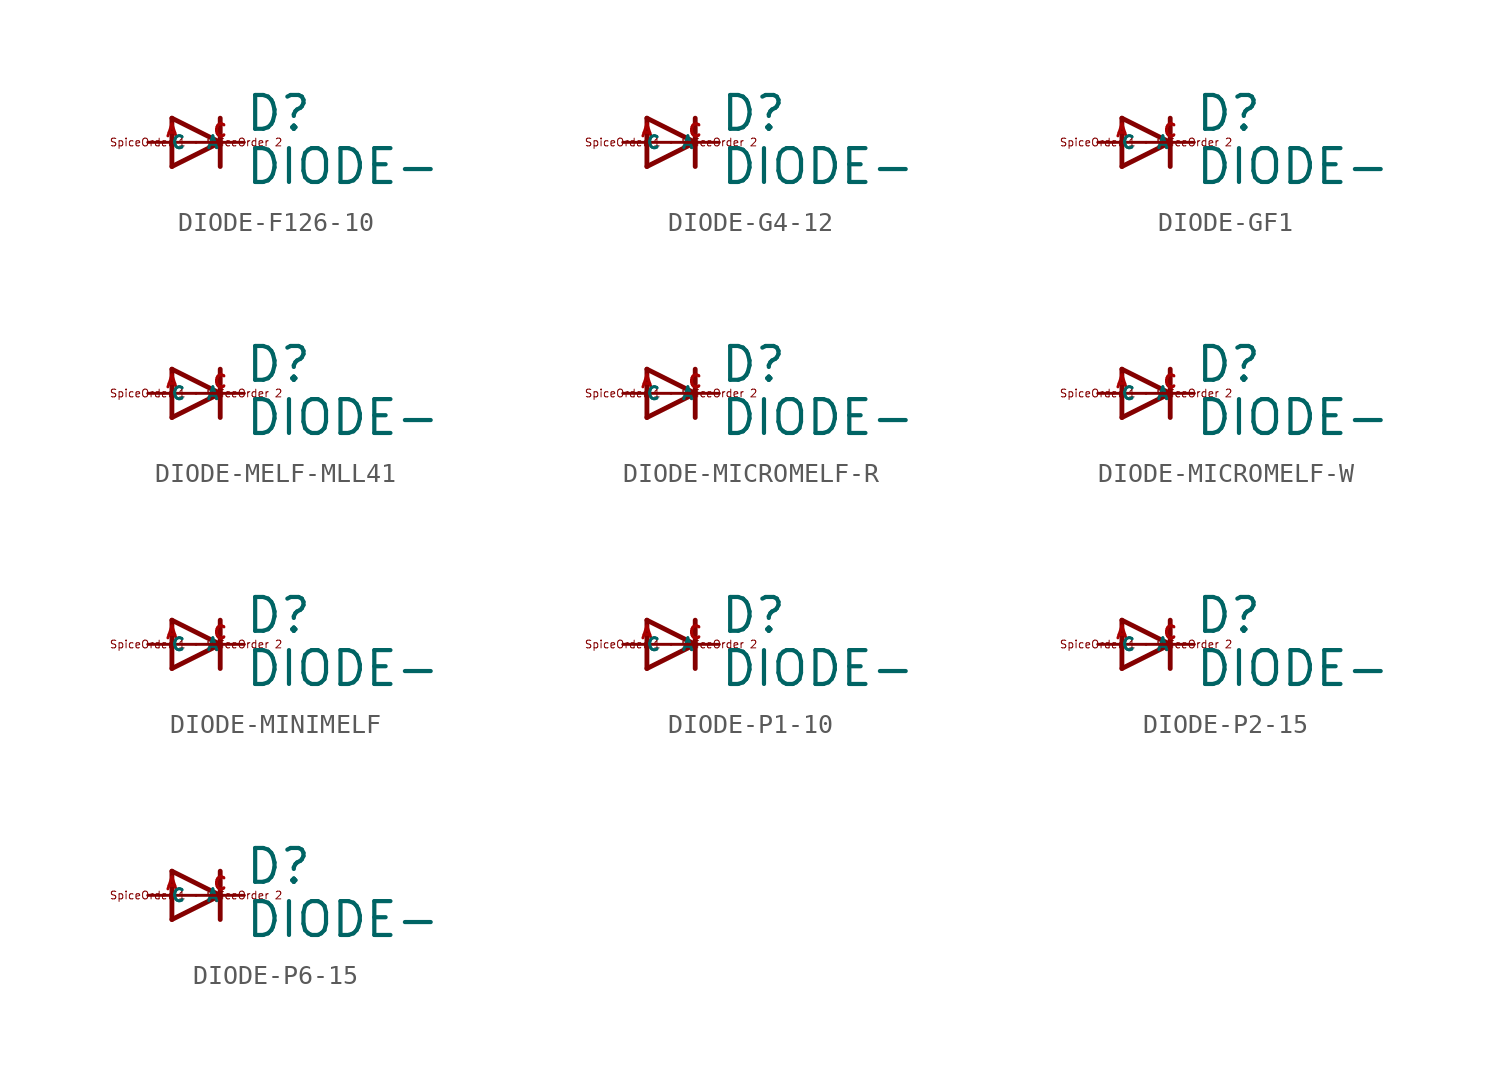
<source format=kicad_sym>
(kicad_symbol_lib
  (version 20220914)
  (generator Eagle2Kicad)
  (symbol "DIODE-F126-10"
    (property "Reference" "D"
      (at 2.54 0.483 0)
      (effects (font (size 1.778 1.778) (thickness 0.22)) (justify left bottom)))
    (property "Value" "DIODE-"
      (at 2.54 -2.311 0)
      (effects (font (size 1.778 1.778) (thickness 0.22)) (justify left bottom)))
    (polyline
      (pts (xy -1.27 -1.27) (xy 1.27 0))
      (stroke (width 0.254) (type default))
      (fill (type none)))
    (polyline
      (pts (xy 1.27 0) (xy -1.27 1.27))
      (stroke (width 0.254) (type default))
      (fill (type none)))
    (polyline
      (pts (xy 1.27 1.27) (xy 1.27 0))
      (stroke (width 0.254) (type default))
      (fill (type none)))
    (polyline
      (pts (xy -1.27 1.27) (xy -1.27 -1.27))
      (stroke (width 0.254) (type default))
      (fill (type none)))
    (polyline
      (pts (xy 1.27 0) (xy 1.27 -1.27))
      (stroke (width 0.254) (type default))
      (fill (type none)))
    (text "SpiceOrder 1"
      (at -2.54 0 0)
      (effects (font (size 0.406 0.406) (thickness 0.05))))
    (text "SpiceOrder 2"
      (at 2.54 0 0)
      (effects (font (size 0.406 0.406) (thickness 0.05))))
    (pin passive line
      (at -2.54 0 0)
      (length 2.54)
      (name "A" (effects (font (size 0.635 0.635) (thickness 0.08)) (justify left bottom)))
      (number "A" (effects (font (size 0.635 0.635) (thickness 0.08)) (justify left bottom))))
    (pin passive line
      (at 2.54 0 180)
      (length 2.54)
      (name "C" (effects (font (size 0.635 0.635) (thickness 0.08)) (justify left bottom)))
      (number "C" (effects (font (size 0.635 0.635) (thickness 0.08)) (justify left bottom)))))
  (symbol "DIODE-G4-12"
    (property "Reference" "D"
      (at 2.54 0.483 0)
      (effects (font (size 1.778 1.778) (thickness 0.22)) (justify left bottom)))
    (property "Value" "DIODE-"
      (at 2.54 -2.311 0)
      (effects (font (size 1.778 1.778) (thickness 0.22)) (justify left bottom)))
    (polyline
      (pts (xy -1.27 -1.27) (xy 1.27 0))
      (stroke (width 0.254) (type default))
      (fill (type none)))
    (polyline
      (pts (xy 1.27 0) (xy -1.27 1.27))
      (stroke (width 0.254) (type default))
      (fill (type none)))
    (polyline
      (pts (xy 1.27 1.27) (xy 1.27 0))
      (stroke (width 0.254) (type default))
      (fill (type none)))
    (polyline
      (pts (xy -1.27 1.27) (xy -1.27 -1.27))
      (stroke (width 0.254) (type default))
      (fill (type none)))
    (polyline
      (pts (xy 1.27 0) (xy 1.27 -1.27))
      (stroke (width 0.254) (type default))
      (fill (type none)))
    (text "SpiceOrder 1"
      (at -2.54 0 0)
      (effects (font (size 0.406 0.406) (thickness 0.05))))
    (text "SpiceOrder 2"
      (at 2.54 0 0)
      (effects (font (size 0.406 0.406) (thickness 0.05))))
    (pin passive line
      (at -2.54 0 0)
      (length 2.54)
      (name "A" (effects (font (size 0.635 0.635) (thickness 0.08)) (justify left bottom)))
      (number "A" (effects (font (size 0.635 0.635) (thickness 0.08)) (justify left bottom))))
    (pin passive line
      (at 2.54 0 180)
      (length 2.54)
      (name "C" (effects (font (size 0.635 0.635) (thickness 0.08)) (justify left bottom)))
      (number "C" (effects (font (size 0.635 0.635) (thickness 0.08)) (justify left bottom)))))
  (symbol "DIODE-GF1"
    (property "Reference" "D"
      (at 2.54 0.483 0)
      (effects (font (size 1.778 1.778) (thickness 0.22)) (justify left bottom)))
    (property "Value" "DIODE-"
      (at 2.54 -2.311 0)
      (effects (font (size 1.778 1.778) (thickness 0.22)) (justify left bottom)))
    (polyline
      (pts (xy -1.27 -1.27) (xy 1.27 0))
      (stroke (width 0.254) (type default))
      (fill (type none)))
    (polyline
      (pts (xy 1.27 0) (xy -1.27 1.27))
      (stroke (width 0.254) (type default))
      (fill (type none)))
    (polyline
      (pts (xy 1.27 1.27) (xy 1.27 0))
      (stroke (width 0.254) (type default))
      (fill (type none)))
    (polyline
      (pts (xy -1.27 1.27) (xy -1.27 -1.27))
      (stroke (width 0.254) (type default))
      (fill (type none)))
    (polyline
      (pts (xy 1.27 0) (xy 1.27 -1.27))
      (stroke (width 0.254) (type default))
      (fill (type none)))
    (text "SpiceOrder 1"
      (at -2.54 0 0)
      (effects (font (size 0.406 0.406) (thickness 0.05))))
    (text "SpiceOrder 2"
      (at 2.54 0 0)
      (effects (font (size 0.406 0.406) (thickness 0.05))))
    (pin passive line
      (at -2.54 0 0)
      (length 2.54)
      (name "A" (effects (font (size 0.635 0.635) (thickness 0.08)) (justify left bottom)))
      (number "A" (effects (font (size 0.635 0.635) (thickness 0.08)) (justify left bottom))))
    (pin passive line
      (at 2.54 0 180)
      (length 2.54)
      (name "C" (effects (font (size 0.635 0.635) (thickness 0.08)) (justify left bottom)))
      (number "C" (effects (font (size 0.635 0.635) (thickness 0.08)) (justify left bottom)))))
  (symbol "DIODE-MELF-MLL41"
    (property "Reference" "D"
      (at 2.54 0.483 0)
      (effects (font (size 1.778 1.778) (thickness 0.22)) (justify left bottom)))
    (property "Value" "DIODE-"
      (at 2.54 -2.311 0)
      (effects (font (size 1.778 1.778) (thickness 0.22)) (justify left bottom)))
    (polyline
      (pts (xy -1.27 -1.27) (xy 1.27 0))
      (stroke (width 0.254) (type default))
      (fill (type none)))
    (polyline
      (pts (xy 1.27 0) (xy -1.27 1.27))
      (stroke (width 0.254) (type default))
      (fill (type none)))
    (polyline
      (pts (xy 1.27 1.27) (xy 1.27 0))
      (stroke (width 0.254) (type default))
      (fill (type none)))
    (polyline
      (pts (xy -1.27 1.27) (xy -1.27 -1.27))
      (stroke (width 0.254) (type default))
      (fill (type none)))
    (polyline
      (pts (xy 1.27 0) (xy 1.27 -1.27))
      (stroke (width 0.254) (type default))
      (fill (type none)))
    (text "SpiceOrder 1"
      (at -2.54 0 0)
      (effects (font (size 0.406 0.406) (thickness 0.05))))
    (text "SpiceOrder 2"
      (at 2.54 0 0)
      (effects (font (size 0.406 0.406) (thickness 0.05))))
    (pin passive line
      (at -2.54 0 0)
      (length 2.54)
      (name "A" (effects (font (size 0.635 0.635) (thickness 0.08)) (justify left bottom)))
      (number "A" (effects (font (size 0.635 0.635) (thickness 0.08)) (justify left bottom))))
    (pin passive line
      (at 2.54 0 180)
      (length 2.54)
      (name "C" (effects (font (size 0.635 0.635) (thickness 0.08)) (justify left bottom)))
      (number "C" (effects (font (size 0.635 0.635) (thickness 0.08)) (justify left bottom)))))
  (symbol "DIODE-MICROMELF-R"
    (property "Reference" "D"
      (at 2.54 0.483 0)
      (effects (font (size 1.778 1.778) (thickness 0.22)) (justify left bottom)))
    (property "Value" "DIODE-"
      (at 2.54 -2.311 0)
      (effects (font (size 1.778 1.778) (thickness 0.22)) (justify left bottom)))
    (polyline
      (pts (xy -1.27 -1.27) (xy 1.27 0))
      (stroke (width 0.254) (type default))
      (fill (type none)))
    (polyline
      (pts (xy 1.27 0) (xy -1.27 1.27))
      (stroke (width 0.254) (type default))
      (fill (type none)))
    (polyline
      (pts (xy 1.27 1.27) (xy 1.27 0))
      (stroke (width 0.254) (type default))
      (fill (type none)))
    (polyline
      (pts (xy -1.27 1.27) (xy -1.27 -1.27))
      (stroke (width 0.254) (type default))
      (fill (type none)))
    (polyline
      (pts (xy 1.27 0) (xy 1.27 -1.27))
      (stroke (width 0.254) (type default))
      (fill (type none)))
    (text "SpiceOrder 1"
      (at -2.54 0 0)
      (effects (font (size 0.406 0.406) (thickness 0.05))))
    (text "SpiceOrder 2"
      (at 2.54 0 0)
      (effects (font (size 0.406 0.406) (thickness 0.05))))
    (pin passive line
      (at -2.54 0 0)
      (length 2.54)
      (name "A" (effects (font (size 0.635 0.635) (thickness 0.08)) (justify left bottom)))
      (number "A" (effects (font (size 0.635 0.635) (thickness 0.08)) (justify left bottom))))
    (pin passive line
      (at 2.54 0 180)
      (length 2.54)
      (name "C" (effects (font (size 0.635 0.635) (thickness 0.08)) (justify left bottom)))
      (number "C" (effects (font (size 0.635 0.635) (thickness 0.08)) (justify left bottom)))))
  (symbol "DIODE-MICROMELF-W"
    (property "Reference" "D"
      (at 2.54 0.483 0)
      (effects (font (size 1.778 1.778) (thickness 0.22)) (justify left bottom)))
    (property "Value" "DIODE-"
      (at 2.54 -2.311 0)
      (effects (font (size 1.778 1.778) (thickness 0.22)) (justify left bottom)))
    (polyline
      (pts (xy -1.27 -1.27) (xy 1.27 0))
      (stroke (width 0.254) (type default))
      (fill (type none)))
    (polyline
      (pts (xy 1.27 0) (xy -1.27 1.27))
      (stroke (width 0.254) (type default))
      (fill (type none)))
    (polyline
      (pts (xy 1.27 1.27) (xy 1.27 0))
      (stroke (width 0.254) (type default))
      (fill (type none)))
    (polyline
      (pts (xy -1.27 1.27) (xy -1.27 -1.27))
      (stroke (width 0.254) (type default))
      (fill (type none)))
    (polyline
      (pts (xy 1.27 0) (xy 1.27 -1.27))
      (stroke (width 0.254) (type default))
      (fill (type none)))
    (text "SpiceOrder 1"
      (at -2.54 0 0)
      (effects (font (size 0.406 0.406) (thickness 0.05))))
    (text "SpiceOrder 2"
      (at 2.54 0 0)
      (effects (font (size 0.406 0.406) (thickness 0.05))))
    (pin passive line
      (at -2.54 0 0)
      (length 2.54)
      (name "A" (effects (font (size 0.635 0.635) (thickness 0.08)) (justify left bottom)))
      (number "A" (effects (font (size 0.635 0.635) (thickness 0.08)) (justify left bottom))))
    (pin passive line
      (at 2.54 0 180)
      (length 2.54)
      (name "C" (effects (font (size 0.635 0.635) (thickness 0.08)) (justify left bottom)))
      (number "C" (effects (font (size 0.635 0.635) (thickness 0.08)) (justify left bottom)))))
  (symbol "DIODE-MINIMELF"
    (property "Reference" "D"
      (at 2.54 0.483 0)
      (effects (font (size 1.778 1.778) (thickness 0.22)) (justify left bottom)))
    (property "Value" "DIODE-"
      (at 2.54 -2.311 0)
      (effects (font (size 1.778 1.778) (thickness 0.22)) (justify left bottom)))
    (polyline
      (pts (xy -1.27 -1.27) (xy 1.27 0))
      (stroke (width 0.254) (type default))
      (fill (type none)))
    (polyline
      (pts (xy 1.27 0) (xy -1.27 1.27))
      (stroke (width 0.254) (type default))
      (fill (type none)))
    (polyline
      (pts (xy 1.27 1.27) (xy 1.27 0))
      (stroke (width 0.254) (type default))
      (fill (type none)))
    (polyline
      (pts (xy -1.27 1.27) (xy -1.27 -1.27))
      (stroke (width 0.254) (type default))
      (fill (type none)))
    (polyline
      (pts (xy 1.27 0) (xy 1.27 -1.27))
      (stroke (width 0.254) (type default))
      (fill (type none)))
    (text "SpiceOrder 1"
      (at -2.54 0 0)
      (effects (font (size 0.406 0.406) (thickness 0.05))))
    (text "SpiceOrder 2"
      (at 2.54 0 0)
      (effects (font (size 0.406 0.406) (thickness 0.05))))
    (pin passive line
      (at -2.54 0 0)
      (length 2.54)
      (name "A" (effects (font (size 0.635 0.635) (thickness 0.08)) (justify left bottom)))
      (number "A" (effects (font (size 0.635 0.635) (thickness 0.08)) (justify left bottom))))
    (pin passive line
      (at 2.54 0 180)
      (length 2.54)
      (name "C" (effects (font (size 0.635 0.635) (thickness 0.08)) (justify left bottom)))
      (number "C" (effects (font (size 0.635 0.635) (thickness 0.08)) (justify left bottom)))))
  (symbol "DIODE-P1-10"
    (property "Reference" "D"
      (at 2.54 0.483 0)
      (effects (font (size 1.778 1.778) (thickness 0.22)) (justify left bottom)))
    (property "Value" "DIODE-"
      (at 2.54 -2.311 0)
      (effects (font (size 1.778 1.778) (thickness 0.22)) (justify left bottom)))
    (polyline
      (pts (xy -1.27 -1.27) (xy 1.27 0))
      (stroke (width 0.254) (type default))
      (fill (type none)))
    (polyline
      (pts (xy 1.27 0) (xy -1.27 1.27))
      (stroke (width 0.254) (type default))
      (fill (type none)))
    (polyline
      (pts (xy 1.27 1.27) (xy 1.27 0))
      (stroke (width 0.254) (type default))
      (fill (type none)))
    (polyline
      (pts (xy -1.27 1.27) (xy -1.27 -1.27))
      (stroke (width 0.254) (type default))
      (fill (type none)))
    (polyline
      (pts (xy 1.27 0) (xy 1.27 -1.27))
      (stroke (width 0.254) (type default))
      (fill (type none)))
    (text "SpiceOrder 1"
      (at -2.54 0 0)
      (effects (font (size 0.406 0.406) (thickness 0.05))))
    (text "SpiceOrder 2"
      (at 2.54 0 0)
      (effects (font (size 0.406 0.406) (thickness 0.05))))
    (pin passive line
      (at -2.54 0 0)
      (length 2.54)
      (name "A" (effects (font (size 0.635 0.635) (thickness 0.08)) (justify left bottom)))
      (number "A" (effects (font (size 0.635 0.635) (thickness 0.08)) (justify left bottom))))
    (pin passive line
      (at 2.54 0 180)
      (length 2.54)
      (name "C" (effects (font (size 0.635 0.635) (thickness 0.08)) (justify left bottom)))
      (number "C" (effects (font (size 0.635 0.635) (thickness 0.08)) (justify left bottom)))))
  (symbol "DIODE-P2-15"
    (property "Reference" "D"
      (at 2.54 0.483 0)
      (effects (font (size 1.778 1.778) (thickness 0.22)) (justify left bottom)))
    (property "Value" "DIODE-"
      (at 2.54 -2.311 0)
      (effects (font (size 1.778 1.778) (thickness 0.22)) (justify left bottom)))
    (polyline
      (pts (xy -1.27 -1.27) (xy 1.27 0))
      (stroke (width 0.254) (type default))
      (fill (type none)))
    (polyline
      (pts (xy 1.27 0) (xy -1.27 1.27))
      (stroke (width 0.254) (type default))
      (fill (type none)))
    (polyline
      (pts (xy 1.27 1.27) (xy 1.27 0))
      (stroke (width 0.254) (type default))
      (fill (type none)))
    (polyline
      (pts (xy -1.27 1.27) (xy -1.27 -1.27))
      (stroke (width 0.254) (type default))
      (fill (type none)))
    (polyline
      (pts (xy 1.27 0) (xy 1.27 -1.27))
      (stroke (width 0.254) (type default))
      (fill (type none)))
    (text "SpiceOrder 1"
      (at -2.54 0 0)
      (effects (font (size 0.406 0.406) (thickness 0.05))))
    (text "SpiceOrder 2"
      (at 2.54 0 0)
      (effects (font (size 0.406 0.406) (thickness 0.05))))
    (pin passive line
      (at -2.54 0 0)
      (length 2.54)
      (name "A" (effects (font (size 0.635 0.635) (thickness 0.08)) (justify left bottom)))
      (number "A" (effects (font (size 0.635 0.635) (thickness 0.08)) (justify left bottom))))
    (pin passive line
      (at 2.54 0 180)
      (length 2.54)
      (name "C" (effects (font (size 0.635 0.635) (thickness 0.08)) (justify left bottom)))
      (number "C" (effects (font (size 0.635 0.635) (thickness 0.08)) (justify left bottom)))))
  (symbol "DIODE-P6-15"
    (property "Reference" "D"
      (at 2.54 0.483 0)
      (effects (font (size 1.778 1.778) (thickness 0.22)) (justify left bottom)))
    (property "Value" "DIODE-"
      (at 2.54 -2.311 0)
      (effects (font (size 1.778 1.778) (thickness 0.22)) (justify left bottom)))
    (polyline
      (pts (xy -1.27 -1.27) (xy 1.27 0))
      (stroke (width 0.254) (type default))
      (fill (type none)))
    (polyline
      (pts (xy 1.27 0) (xy -1.27 1.27))
      (stroke (width 0.254) (type default))
      (fill (type none)))
    (polyline
      (pts (xy 1.27 1.27) (xy 1.27 0))
      (stroke (width 0.254) (type default))
      (fill (type none)))
    (polyline
      (pts (xy -1.27 1.27) (xy -1.27 -1.27))
      (stroke (width 0.254) (type default))
      (fill (type none)))
    (polyline
      (pts (xy 1.27 0) (xy 1.27 -1.27))
      (stroke (width 0.254) (type default))
      (fill (type none)))
    (text "SpiceOrder 1"
      (at -2.54 0 0)
      (effects (font (size 0.406 0.406) (thickness 0.05))))
    (text "SpiceOrder 2"
      (at 2.54 0 0)
      (effects (font (size 0.406 0.406) (thickness 0.05))))
    (pin passive line
      (at -2.54 0 0)
      (length 2.54)
      (name "A" (effects (font (size 0.635 0.635) (thickness 0.08)) (justify left bottom)))
      (number "A" (effects (font (size 0.635 0.635) (thickness 0.08)) (justify left bottom))))
    (pin passive line
      (at 2.54 0 180)
      (length 2.54)
      (name "C" (effects (font (size 0.635 0.635) (thickness 0.08)) (justify left bottom)))
      (number "C" (effects (font (size 0.635 0.635) (thickness 0.08)) (justify left bottom))))))
</source>
